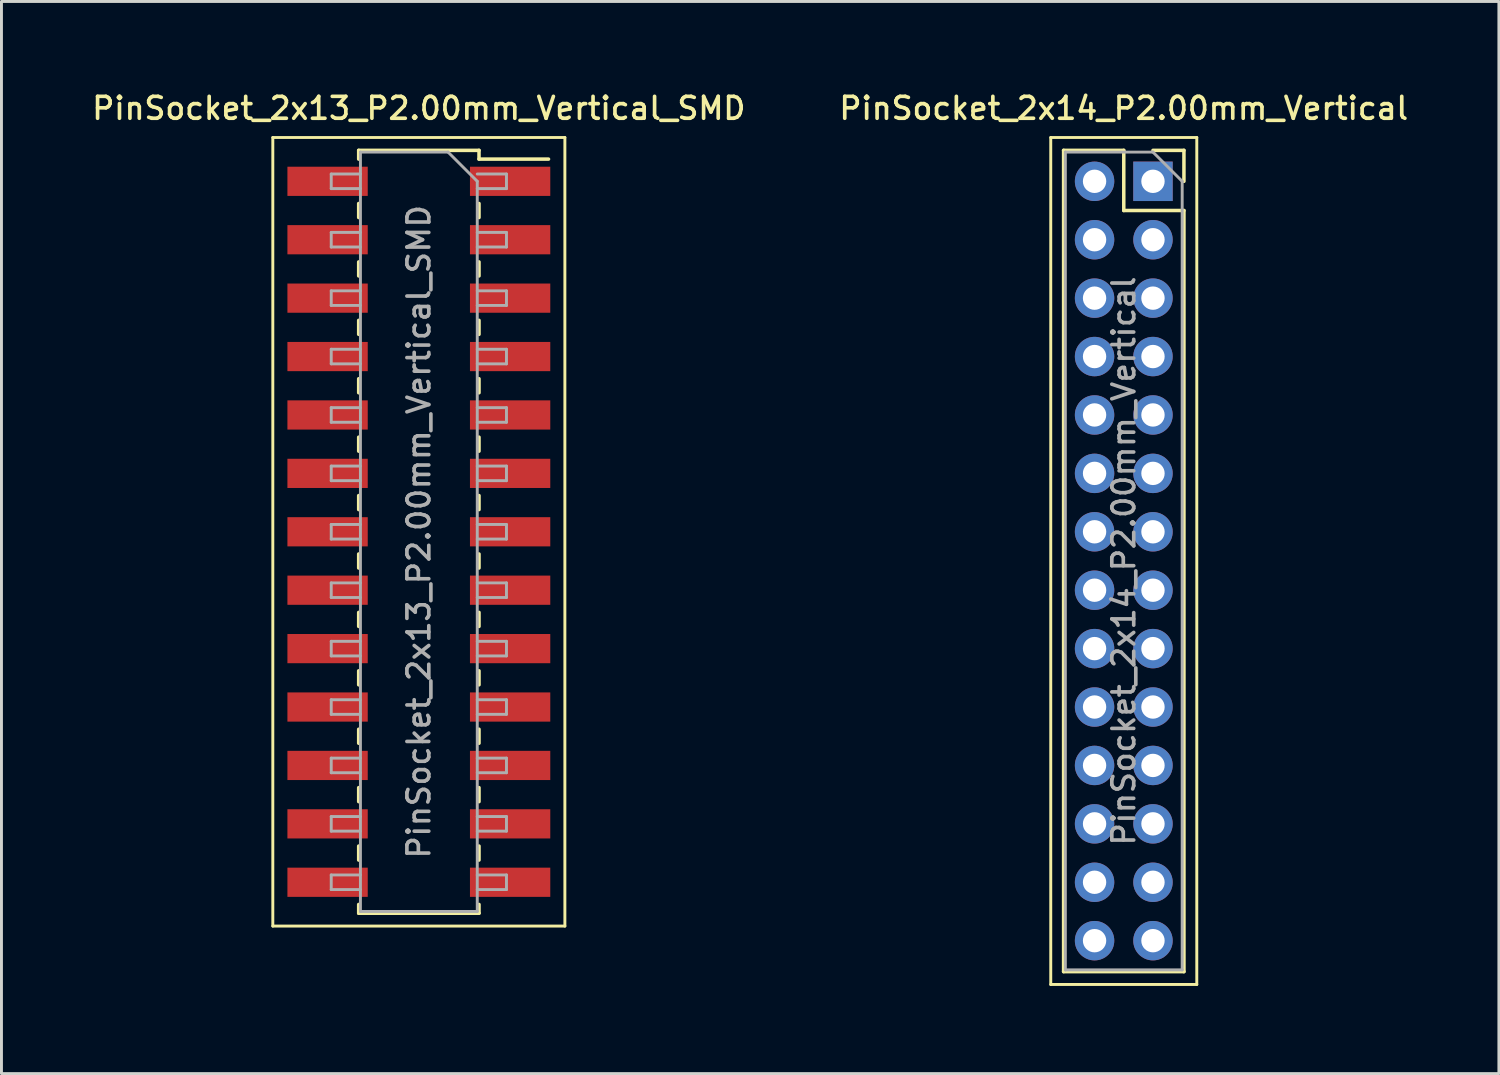
<source format=kicad_pcb>
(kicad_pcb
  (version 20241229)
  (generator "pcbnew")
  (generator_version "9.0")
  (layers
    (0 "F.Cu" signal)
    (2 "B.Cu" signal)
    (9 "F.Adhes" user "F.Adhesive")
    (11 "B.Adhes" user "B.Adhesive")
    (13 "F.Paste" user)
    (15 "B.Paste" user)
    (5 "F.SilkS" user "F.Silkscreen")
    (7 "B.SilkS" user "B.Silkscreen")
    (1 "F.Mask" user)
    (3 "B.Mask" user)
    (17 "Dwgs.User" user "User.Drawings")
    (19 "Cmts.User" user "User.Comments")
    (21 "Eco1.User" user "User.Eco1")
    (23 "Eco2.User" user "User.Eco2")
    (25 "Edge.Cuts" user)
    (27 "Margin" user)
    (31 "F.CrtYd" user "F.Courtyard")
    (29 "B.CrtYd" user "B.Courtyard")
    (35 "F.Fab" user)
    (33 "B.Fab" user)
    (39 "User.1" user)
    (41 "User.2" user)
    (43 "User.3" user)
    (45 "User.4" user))
  (footprint "PinSocket_2x13_P2.00mm_Vertical_SMD"
    (layer "F.Cu")
    (at 11.291 15.158)
    (property "Reference" "PinSocket_2x13_P2.00mm_Vertical_SMD" (at 0 -14.5 0) (layer "F.SilkS") (effects (font (size 0.75 0.75) (thickness 0.125))))
    (attr smd)
    (fp_line (start -5 -13.5) (end 5 -13.5) (stroke (width 0.1) (type solid)) (layer "F.SilkS"))
    (fp_line (start -5 13.5) (end -5 -13.5) (stroke (width 0.1) (type solid)) (layer "F.SilkS"))
    (fp_line (start -2.06 -13.06) (end -2.06 -12.76) (stroke (width 0.12) (type solid)) (layer "F.SilkS"))
    (fp_line (start -2.06 -13.06) (end 2.06 -13.06) (stroke (width 0.12) (type solid)) (layer "F.SilkS"))
    (fp_line (start -2.06 -11.24) (end -2.06 -10.76) (stroke (width 0.12) (type solid)) (layer "F.SilkS"))
    (fp_line (start -2.06 -9.24) (end -2.06 -8.76) (stroke (width 0.12) (type solid)) (layer "F.SilkS"))
    (fp_line (start -2.06 -7.24) (end -2.06 -6.76) (stroke (width 0.12) (type solid)) (layer "F.SilkS"))
    (fp_line (start -2.06 -5.24) (end -2.06 -4.76) (stroke (width 0.12) (type solid)) (layer "F.SilkS"))
    (fp_line (start -2.06 -3.24) (end -2.06 -2.76) (stroke (width 0.12) (type solid)) (layer "F.SilkS"))
    (fp_line (start -2.06 -1.24) (end -2.06 -0.76) (stroke (width 0.12) (type solid)) (layer "F.SilkS"))
    (fp_line (start -2.06 0.76) (end -2.06 1.24) (stroke (width 0.12) (type solid)) (layer "F.SilkS"))
    (fp_line (start -2.06 2.76) (end -2.06 3.24) (stroke (width 0.12) (type solid)) (layer "F.SilkS"))
    (fp_line (start -2.06 4.76) (end -2.06 5.24) (stroke (width 0.12) (type solid)) (layer "F.SilkS"))
    (fp_line (start -2.06 6.76) (end -2.06 7.24) (stroke (width 0.12) (type solid)) (layer "F.SilkS"))
    (fp_line (start -2.06 8.76) (end -2.06 9.24) (stroke (width 0.12) (type solid)) (layer "F.SilkS"))
    (fp_line (start -2.06 10.76) (end -2.06 11.24) (stroke (width 0.12) (type solid)) (layer "F.SilkS"))
    (fp_line (start -2.06 12.76) (end -2.06 13.06) (stroke (width 0.12) (type solid)) (layer "F.SilkS"))
    (fp_line (start -2.06 13.06) (end 2.06 13.06) (stroke (width 0.12) (type solid)) (layer "F.SilkS"))
    (fp_line (start 2.06 -13.06) (end 2.06 -12.76) (stroke (width 0.12) (type solid)) (layer "F.SilkS"))
    (fp_line (start 2.06 -12.76) (end 4.44 -12.76) (stroke (width 0.12) (type solid)) (layer "F.SilkS"))
    (fp_line (start 2.06 -11.24) (end 2.06 -10.76) (stroke (width 0.12) (type solid)) (layer "F.SilkS"))
    (fp_line (start 2.06 -9.24) (end 2.06 -8.76) (stroke (width 0.12) (type solid)) (layer "F.SilkS"))
    (fp_line (start 2.06 -7.24) (end 2.06 -6.76) (stroke (width 0.12) (type solid)) (layer "F.SilkS"))
    (fp_line (start 2.06 -5.24) (end 2.06 -4.76) (stroke (width 0.12) (type solid)) (layer "F.SilkS"))
    (fp_line (start 2.06 -3.24) (end 2.06 -2.76) (stroke (width 0.12) (type solid)) (layer "F.SilkS"))
    (fp_line (start 2.06 -1.24) (end 2.06 -0.76) (stroke (width 0.12) (type solid)) (layer "F.SilkS"))
    (fp_line (start 2.06 0.76) (end 2.06 1.24) (stroke (width 0.12) (type solid)) (layer "F.SilkS"))
    (fp_line (start 2.06 2.76) (end 2.06 3.24) (stroke (width 0.12) (type solid)) (layer "F.SilkS"))
    (fp_line (start 2.06 4.76) (end 2.06 5.24) (stroke (width 0.12) (type solid)) (layer "F.SilkS"))
    (fp_line (start 2.06 6.76) (end 2.06 7.24) (stroke (width 0.12) (type solid)) (layer "F.SilkS"))
    (fp_line (start 2.06 8.76) (end 2.06 9.24) (stroke (width 0.12) (type solid)) (layer "F.SilkS"))
    (fp_line (start 2.06 10.76) (end 2.06 11.24) (stroke (width 0.12) (type solid)) (layer "F.SilkS"))
    (fp_line (start 2.06 12.76) (end 2.06 13.06) (stroke (width 0.12) (type solid)) (layer "F.SilkS"))
    (fp_line (start 5 -13.5) (end 5 13.5) (stroke (width 0.1) (type solid)) (layer "F.SilkS"))
    (fp_line (start 5 13.5) (end -5 13.5) (stroke (width 0.1) (type solid)) (layer "F.SilkS"))
    (fp_line (start -3 -12.25) (end -2 -12.25) (stroke (width 0.1) (type solid)) (layer "F.Fab"))
    (fp_line (start -3 -11.75) (end -3 -12.25) (stroke (width 0.1) (type solid)) (layer "F.Fab"))
    (fp_line (start -3 -10.25) (end -2 -10.25) (stroke (width 0.1) (type solid)) (layer "F.Fab"))
    (fp_line (start -3 -9.75) (end -3 -10.25) (stroke (width 0.1) (type solid)) (layer "F.Fab"))
    (fp_line (start -3 -8.25) (end -2 -8.25) (stroke (width 0.1) (type solid)) (layer "F.Fab"))
    (fp_line (start -3 -7.75) (end -3 -8.25) (stroke (width 0.1) (type solid)) (layer "F.Fab"))
    (fp_line (start -3 -6.25) (end -2 -6.25) (stroke (width 0.1) (type solid)) (layer "F.Fab"))
    (fp_line (start -3 -5.75) (end -3 -6.25) (stroke (width 0.1) (type solid)) (layer "F.Fab"))
    (fp_line (start -3 -4.25) (end -2 -4.25) (stroke (width 0.1) (type solid)) (layer "F.Fab"))
    (fp_line (start -3 -3.75) (end -3 -4.25) (stroke (width 0.1) (type solid)) (layer "F.Fab"))
    (fp_line (start -3 -2.25) (end -2 -2.25) (stroke (width 0.1) (type solid)) (layer "F.Fab"))
    (fp_line (start -3 -1.75) (end -3 -2.25) (stroke (width 0.1) (type solid)) (layer "F.Fab"))
    (fp_line (start -3 -0.25) (end -2 -0.25) (stroke (width 0.1) (type solid)) (layer "F.Fab"))
    (fp_line (start -3 0.25) (end -3 -0.25) (stroke (width 0.1) (type solid)) (layer "F.Fab"))
    (fp_line (start -3 1.75) (end -2 1.75) (stroke (width 0.1) (type solid)) (layer "F.Fab"))
    (fp_line (start -3 2.25) (end -3 1.75) (stroke (width 0.1) (type solid)) (layer "F.Fab"))
    (fp_line (start -3 3.75) (end -2 3.75) (stroke (width 0.1) (type solid)) (layer "F.Fab"))
    (fp_line (start -3 4.25) (end -3 3.75) (stroke (width 0.1) (type solid)) (layer "F.Fab"))
    (fp_line (start -3 5.75) (end -2 5.75) (stroke (width 0.1) (type solid)) (layer "F.Fab"))
    (fp_line (start -3 6.25) (end -3 5.75) (stroke (width 0.1) (type solid)) (layer "F.Fab"))
    (fp_line (start -3 7.75) (end -2 7.75) (stroke (width 0.1) (type solid)) (layer "F.Fab"))
    (fp_line (start -3 8.25) (end -3 7.75) (stroke (width 0.1) (type solid)) (layer "F.Fab"))
    (fp_line (start -3 9.75) (end -2 9.75) (stroke (width 0.1) (type solid)) (layer "F.Fab"))
    (fp_line (start -3 10.25) (end -3 9.75) (stroke (width 0.1) (type solid)) (layer "F.Fab"))
    (fp_line (start -3 11.75) (end -2 11.75) (stroke (width 0.1) (type solid)) (layer "F.Fab"))
    (fp_line (start -3 12.25) (end -3 11.75) (stroke (width 0.1) (type solid)) (layer "F.Fab"))
    (fp_line (start -2 -13) (end 1 -13) (stroke (width 0.1) (type solid)) (layer "F.Fab"))
    (fp_line (start -2 -11.75) (end -3 -11.75) (stroke (width 0.1) (type solid)) (layer "F.Fab"))
    (fp_line (start -2 -9.75) (end -3 -9.75) (stroke (width 0.1) (type solid)) (layer "F.Fab"))
    (fp_line (start -2 -7.75) (end -3 -7.75) (stroke (width 0.1) (type solid)) (layer "F.Fab"))
    (fp_line (start -2 -5.75) (end -3 -5.75) (stroke (width 0.1) (type solid)) (layer "F.Fab"))
    (fp_line (start -2 -3.75) (end -3 -3.75) (stroke (width 0.1) (type solid)) (layer "F.Fab"))
    (fp_line (start -2 -1.75) (end -3 -1.75) (stroke (width 0.1) (type solid)) (layer "F.Fab"))
    (fp_line (start -2 0.25) (end -3 0.25) (stroke (width 0.1) (type solid)) (layer "F.Fab"))
    (fp_line (start -2 2.25) (end -3 2.25) (stroke (width 0.1) (type solid)) (layer "F.Fab"))
    (fp_line (start -2 4.25) (end -3 4.25) (stroke (width 0.1) (type solid)) (layer "F.Fab"))
    (fp_line (start -2 6.25) (end -3 6.25) (stroke (width 0.1) (type solid)) (layer "F.Fab"))
    (fp_line (start -2 8.25) (end -3 8.25) (stroke (width 0.1) (type solid)) (layer "F.Fab"))
    (fp_line (start -2 10.25) (end -3 10.25) (stroke (width 0.1) (type solid)) (layer "F.Fab"))
    (fp_line (start -2 12.25) (end -3 12.25) (stroke (width 0.1) (type solid)) (layer "F.Fab"))
    (fp_line (start -2 13) (end -2 -13) (stroke (width 0.1) (type solid)) (layer "F.Fab"))
    (fp_line (start 1 -13) (end 2 -12) (stroke (width 0.1) (type solid)) (layer "F.Fab"))
    (fp_line (start 2 -12.25) (end 3 -12.25) (stroke (width 0.1) (type solid)) (layer "F.Fab"))
    (fp_line (start 2 -12) (end 2 13) (stroke (width 0.1) (type solid)) (layer "F.Fab"))
    (fp_line (start 2 -10.25) (end 3 -10.25) (stroke (width 0.1) (type solid)) (layer "F.Fab"))
    (fp_line (start 2 -8.25) (end 3 -8.25) (stroke (width 0.1) (type solid)) (layer "F.Fab"))
    (fp_line (start 2 -6.25) (end 3 -6.25) (stroke (width 0.1) (type solid)) (layer "F.Fab"))
    (fp_line (start 2 -4.25) (end 3 -4.25) (stroke (width 0.1) (type solid)) (layer "F.Fab"))
    (fp_line (start 2 -2.25) (end 3 -2.25) (stroke (width 0.1) (type solid)) (layer "F.Fab"))
    (fp_line (start 2 -0.25) (end 3 -0.25) (stroke (width 0.1) (type solid)) (layer "F.Fab"))
    (fp_line (start 2 1.75) (end 3 1.75) (stroke (width 0.1) (type solid)) (layer "F.Fab"))
    (fp_line (start 2 3.75) (end 3 3.75) (stroke (width 0.1) (type solid)) (layer "F.Fab"))
    (fp_line (start 2 5.75) (end 3 5.75) (stroke (width 0.1) (type solid)) (layer "F.Fab"))
    (fp_line (start 2 7.75) (end 3 7.75) (stroke (width 0.1) (type solid)) (layer "F.Fab"))
    (fp_line (start 2 9.75) (end 3 9.75) (stroke (width 0.1) (type solid)) (layer "F.Fab"))
    (fp_line (start 2 11.75) (end 3 11.75) (stroke (width 0.1) (type solid)) (layer "F.Fab"))
    (fp_line (start 2 13) (end -2 13) (stroke (width 0.1) (type solid)) (layer "F.Fab"))
    (fp_line (start 3 -12.25) (end 3 -11.75) (stroke (width 0.1) (type solid)) (layer "F.Fab"))
    (fp_line (start 3 -11.75) (end 2 -11.75) (stroke (width 0.1) (type solid)) (layer "F.Fab"))
    (fp_line (start 3 -10.25) (end 3 -9.75) (stroke (width 0.1) (type solid)) (layer "F.Fab"))
    (fp_line (start 3 -9.75) (end 2 -9.75) (stroke (width 0.1) (type solid)) (layer "F.Fab"))
    (fp_line (start 3 -8.25) (end 3 -7.75) (stroke (width 0.1) (type solid)) (layer "F.Fab"))
    (fp_line (start 3 -7.75) (end 2 -7.75) (stroke (width 0.1) (type solid)) (layer "F.Fab"))
    (fp_line (start 3 -6.25) (end 3 -5.75) (stroke (width 0.1) (type solid)) (layer "F.Fab"))
    (fp_line (start 3 -5.75) (end 2 -5.75) (stroke (width 0.1) (type solid)) (layer "F.Fab"))
    (fp_line (start 3 -4.25) (end 3 -3.75) (stroke (width 0.1) (type solid)) (layer "F.Fab"))
    (fp_line (start 3 -3.75) (end 2 -3.75) (stroke (width 0.1) (type solid)) (layer "F.Fab"))
    (fp_line (start 3 -2.25) (end 3 -1.75) (stroke (width 0.1) (type solid)) (layer "F.Fab"))
    (fp_line (start 3 -1.75) (end 2 -1.75) (stroke (width 0.1) (type solid)) (layer "F.Fab"))
    (fp_line (start 3 -0.25) (end 3 0.25) (stroke (width 0.1) (type solid)) (layer "F.Fab"))
    (fp_line (start 3 0.25) (end 2 0.25) (stroke (width 0.1) (type solid)) (layer "F.Fab"))
    (fp_line (start 3 1.75) (end 3 2.25) (stroke (width 0.1) (type solid)) (layer "F.Fab"))
    (fp_line (start 3 2.25) (end 2 2.25) (stroke (width 0.1) (type solid)) (layer "F.Fab"))
    (fp_line (start 3 3.75) (end 3 4.25) (stroke (width 0.1) (type solid)) (layer "F.Fab"))
    (fp_line (start 3 4.25) (end 2 4.25) (stroke (width 0.1) (type solid)) (layer "F.Fab"))
    (fp_line (start 3 5.75) (end 3 6.25) (stroke (width 0.1) (type solid)) (layer "F.Fab"))
    (fp_line (start 3 6.25) (end 2 6.25) (stroke (width 0.1) (type solid)) (layer "F.Fab"))
    (fp_line (start 3 7.75) (end 3 8.25) (stroke (width 0.1) (type solid)) (layer "F.Fab"))
    (fp_line (start 3 8.25) (end 2 8.25) (stroke (width 0.1) (type solid)) (layer "F.Fab"))
    (fp_line (start 3 9.75) (end 3 10.25) (stroke (width 0.1) (type solid)) (layer "F.Fab"))
    (fp_line (start 3 10.25) (end 2 10.25) (stroke (width 0.1) (type solid)) (layer "F.Fab"))
    (fp_line (start 3 11.75) (end 3 12.25) (stroke (width 0.1) (type solid)) (layer "F.Fab"))
    (fp_line (start 3 12.25) (end 2 12.25) (stroke (width 0.1) (type solid)) (layer "F.Fab"))
    (fp_text user "${REFERENCE}" (at 0 0 90) (layer "F.Fab") (effects (font (size 0.75 0.75) (thickness 0.125))))
    (pad "1" smd rect (at 3.125 -12) (size 2.75 1) (layers "F.Cu" "F.Mask" "F.Paste"))
    (pad "2" smd rect (at -3.125 -12) (size 2.75 1) (layers "F.Cu" "F.Mask" "F.Paste"))
    (pad "3" smd rect (at 3.125 -10) (size 2.75 1) (layers "F.Cu" "F.Mask" "F.Paste"))
    (pad "4" smd rect (at -3.125 -10) (size 2.75 1) (layers "F.Cu" "F.Mask" "F.Paste"))
    (pad "5" smd rect (at 3.125 -8) (size 2.75 1) (layers "F.Cu" "F.Mask" "F.Paste"))
    (pad "6" smd rect (at -3.125 -8) (size 2.75 1) (layers "F.Cu" "F.Mask" "F.Paste"))
    (pad "7" smd rect (at 3.125 -6) (size 2.75 1) (layers "F.Cu" "F.Mask" "F.Paste"))
    (pad "8" smd rect (at -3.125 -6) (size 2.75 1) (layers "F.Cu" "F.Mask" "F.Paste"))
    (pad "9" smd rect (at 3.125 -4) (size 2.75 1) (layers "F.Cu" "F.Mask" "F.Paste"))
    (pad "10" smd rect (at -3.125 -4) (size 2.75 1) (layers "F.Cu" "F.Mask" "F.Paste"))
    (pad "11" smd rect (at 3.125 -2) (size 2.75 1) (layers "F.Cu" "F.Mask" "F.Paste"))
    (pad "12" smd rect (at -3.125 -2) (size 2.75 1) (layers "F.Cu" "F.Mask" "F.Paste"))
    (pad "13" smd rect (at 3.125 0) (size 2.75 1) (layers "F.Cu" "F.Mask" "F.Paste"))
    (pad "14" smd rect (at -3.125 0) (size 2.75 1) (layers "F.Cu" "F.Mask" "F.Paste"))
    (pad "15" smd rect (at 3.125 2) (size 2.75 1) (layers "F.Cu" "F.Mask" "F.Paste"))
    (pad "16" smd rect (at -3.125 2) (size 2.75 1) (layers "F.Cu" "F.Mask" "F.Paste"))
    (pad "17" smd rect (at 3.125 4) (size 2.75 1) (layers "F.Cu" "F.Mask" "F.Paste"))
    (pad "18" smd rect (at -3.125 4) (size 2.75 1) (layers "F.Cu" "F.Mask" "F.Paste"))
    (pad "19" smd rect (at 3.125 6) (size 2.75 1) (layers "F.Cu" "F.Mask" "F.Paste"))
    (pad "20" smd rect (at -3.125 6) (size 2.75 1) (layers "F.Cu" "F.Mask" "F.Paste"))
    (pad "21" smd rect (at 3.125 8) (size 2.75 1) (layers "F.Cu" "F.Mask" "F.Paste"))
    (pad "22" smd rect (at -3.125 8) (size 2.75 1) (layers "F.Cu" "F.Mask" "F.Paste"))
    (pad "23" smd rect (at 3.125 10) (size 2.75 1) (layers "F.Cu" "F.Mask" "F.Paste"))
    (pad "24" smd rect (at -3.125 10) (size 2.75 1) (layers "F.Cu" "F.Mask" "F.Paste"))
    (pad "25" smd rect (at 3.125 12) (size 2.75 1) (layers "F.Cu" "F.Mask" "F.Paste"))
    (pad "26" smd rect (at -3.125 12) (size 2.75 1) (layers "F.Cu" "F.Mask" "F.Paste")))
  (footprint "PinSocket_2x14_P2.00mm_Vertical"
    (layer "F.Cu")
    (at 36.427 3.158)
    (property "Reference" "PinSocket_2x14_P2.00mm_Vertical" (at -1 -2.5 0) (layer "F.SilkS") (effects (font (size 0.75 0.75) (thickness 0.125))))
    (attr through_hole)
    (fp_line (start -3.5 -1.5) (end 1.5 -1.5) (stroke (width 0.1) (type solid)) (layer "F.SilkS"))
    (fp_line (start -3.5 27.5) (end -3.5 -1.5) (stroke (width 0.1) (type solid)) (layer "F.SilkS"))
    (fp_line (start -3.06 -1.06) (end -3.06 27.06) (stroke (width 0.12) (type solid)) (layer "F.SilkS"))
    (fp_line (start -3.06 -1.06) (end -1 -1.06) (stroke (width 0.12) (type solid)) (layer "F.SilkS"))
    (fp_line (start -3.06 27.06) (end 1.06 27.06) (stroke (width 0.12) (type solid)) (layer "F.SilkS"))
    (fp_line (start -1 -1.06) (end -1 1) (stroke (width 0.12) (type solid)) (layer "F.SilkS"))
    (fp_line (start -1 1) (end 1.06 1) (stroke (width 0.12) (type solid)) (layer "F.SilkS"))
    (fp_line (start 0 -1.06) (end 1.06 -1.06) (stroke (width 0.12) (type solid)) (layer "F.SilkS"))
    (fp_line (start 1.06 -1.06) (end 1.06 0) (stroke (width 0.12) (type solid)) (layer "F.SilkS"))
    (fp_line (start 1.06 1) (end 1.06 27.06) (stroke (width 0.12) (type solid)) (layer "F.SilkS"))
    (fp_line (start 1.5 -1.5) (end 1.5 27.5) (stroke (width 0.1) (type solid)) (layer "F.SilkS"))
    (fp_line (start 1.5 27.5) (end -3.5 27.5) (stroke (width 0.1) (type solid)) (layer "F.SilkS"))
    (fp_line (start -3 -1) (end 0 -1) (stroke (width 0.1) (type solid)) (layer "F.Fab"))
    (fp_line (start -3 27) (end -3 -1) (stroke (width 0.1) (type solid)) (layer "F.Fab"))
    (fp_line (start 0 -1) (end 1 0) (stroke (width 0.1) (type solid)) (layer "F.Fab"))
    (fp_line (start 1 0) (end 1 27) (stroke (width 0.1) (type solid)) (layer "F.Fab"))
    (fp_line (start 1 27) (end -3 27) (stroke (width 0.1) (type solid)) (layer "F.Fab"))
    (fp_text user "${REFERENCE}" (at -1 13 90) (layer "F.Fab") (effects (font (size 0.75 0.75) (thickness 0.125))))
    (pad "1" thru_hole rect (at 0 0) (size 1.35 1.35) (drill 0.8) (layers "*.Cu" "*.Mask"))
    (pad "2" thru_hole oval (at -2 0) (size 1.35 1.35) (drill 0.8) (layers "*.Cu" "*.Mask"))
    (pad "3" thru_hole oval (at 0 2) (size 1.35 1.35) (drill 0.8) (layers "*.Cu" "*.Mask"))
    (pad "4" thru_hole oval (at -2 2) (size 1.35 1.35) (drill 0.8) (layers "*.Cu" "*.Mask"))
    (pad "5" thru_hole oval (at 0 4) (size 1.35 1.35) (drill 0.8) (layers "*.Cu" "*.Mask"))
    (pad "6" thru_hole oval (at -2 4) (size 1.35 1.35) (drill 0.8) (layers "*.Cu" "*.Mask"))
    (pad "7" thru_hole oval (at 0 6) (size 1.35 1.35) (drill 0.8) (layers "*.Cu" "*.Mask"))
    (pad "8" thru_hole oval (at -2 6) (size 1.35 1.35) (drill 0.8) (layers "*.Cu" "*.Mask"))
    (pad "9" thru_hole oval (at 0 8) (size 1.35 1.35) (drill 0.8) (layers "*.Cu" "*.Mask"))
    (pad "10" thru_hole oval (at -2 8) (size 1.35 1.35) (drill 0.8) (layers "*.Cu" "*.Mask"))
    (pad "11" thru_hole oval (at 0 10) (size 1.35 1.35) (drill 0.8) (layers "*.Cu" "*.Mask"))
    (pad "12" thru_hole oval (at -2 10) (size 1.35 1.35) (drill 0.8) (layers "*.Cu" "*.Mask"))
    (pad "13" thru_hole oval (at 0 12) (size 1.35 1.35) (drill 0.8) (layers "*.Cu" "*.Mask"))
    (pad "14" thru_hole oval (at -2 12) (size 1.35 1.35) (drill 0.8) (layers "*.Cu" "*.Mask"))
    (pad "15" thru_hole oval (at 0 14) (size 1.35 1.35) (drill 0.8) (layers "*.Cu" "*.Mask"))
    (pad "16" thru_hole oval (at -2 14) (size 1.35 1.35) (drill 0.8) (layers "*.Cu" "*.Mask"))
    (pad "17" thru_hole oval (at 0 16) (size 1.35 1.35) (drill 0.8) (layers "*.Cu" "*.Mask"))
    (pad "18" thru_hole oval (at -2 16) (size 1.35 1.35) (drill 0.8) (layers "*.Cu" "*.Mask"))
    (pad "19" thru_hole oval (at 0 18) (size 1.35 1.35) (drill 0.8) (layers "*.Cu" "*.Mask"))
    (pad "20" thru_hole oval (at -2 18) (size 1.35 1.35) (drill 0.8) (layers "*.Cu" "*.Mask"))
    (pad "21" thru_hole oval (at 0 20) (size 1.35 1.35) (drill 0.8) (layers "*.Cu" "*.Mask"))
    (pad "22" thru_hole oval (at -2 20) (size 1.35 1.35) (drill 0.8) (layers "*.Cu" "*.Mask"))
    (pad "23" thru_hole oval (at 0 22) (size 1.35 1.35) (drill 0.8) (layers "*.Cu" "*.Mask"))
    (pad "24" thru_hole oval (at -2 22) (size 1.35 1.35) (drill 0.8) (layers "*.Cu" "*.Mask"))
    (pad "25" thru_hole oval (at 0 24) (size 1.35 1.35) (drill 0.8) (layers "*.Cu" "*.Mask"))
    (pad "26" thru_hole oval (at -2 24) (size 1.35 1.35) (drill 0.8) (layers "*.Cu" "*.Mask"))
    (pad "27" thru_hole oval (at 0 26) (size 1.35 1.35) (drill 0.8) (layers "*.Cu" "*.Mask"))
    (pad "28" thru_hole oval (at -2 26) (size 1.35 1.35) (drill 0.8) (layers "*.Cu" "*.Mask")))
  (gr_rect
    (start -3 -3)
    (end 48.271 33.708)
    (stroke (width 0.1) (type default))
    (fill no)
    (layer "Edge.Cuts")))
</source>
